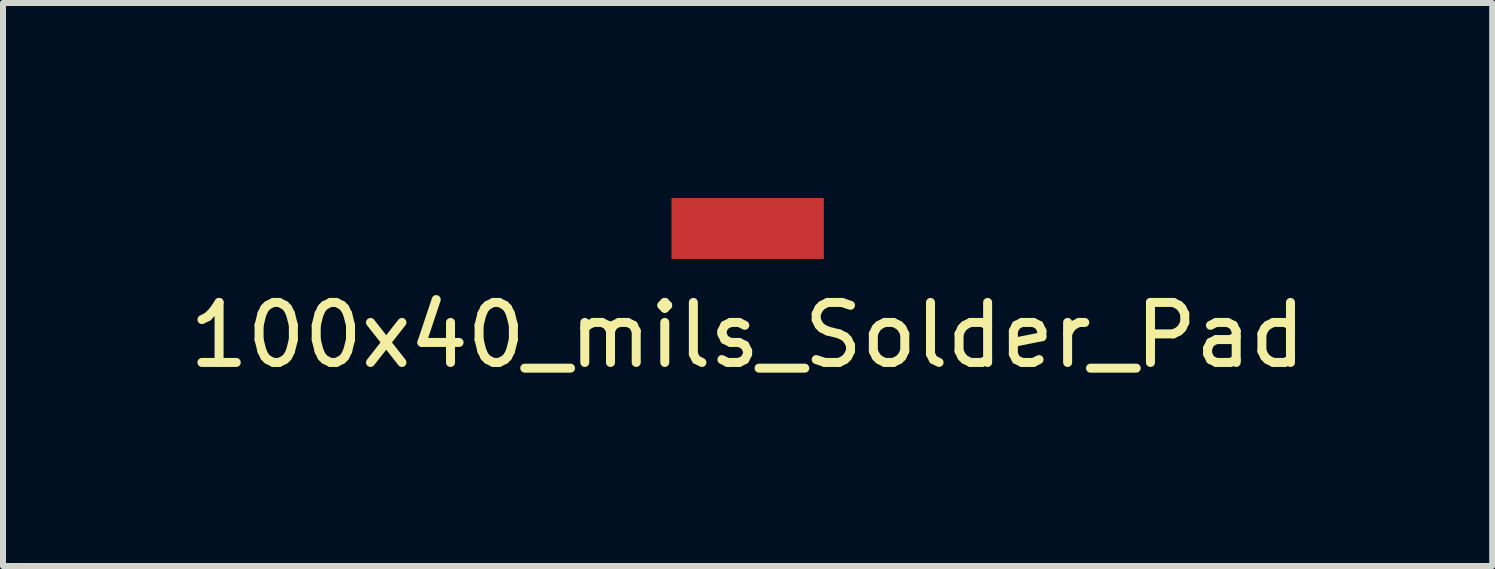
<source format=kicad_pcb>
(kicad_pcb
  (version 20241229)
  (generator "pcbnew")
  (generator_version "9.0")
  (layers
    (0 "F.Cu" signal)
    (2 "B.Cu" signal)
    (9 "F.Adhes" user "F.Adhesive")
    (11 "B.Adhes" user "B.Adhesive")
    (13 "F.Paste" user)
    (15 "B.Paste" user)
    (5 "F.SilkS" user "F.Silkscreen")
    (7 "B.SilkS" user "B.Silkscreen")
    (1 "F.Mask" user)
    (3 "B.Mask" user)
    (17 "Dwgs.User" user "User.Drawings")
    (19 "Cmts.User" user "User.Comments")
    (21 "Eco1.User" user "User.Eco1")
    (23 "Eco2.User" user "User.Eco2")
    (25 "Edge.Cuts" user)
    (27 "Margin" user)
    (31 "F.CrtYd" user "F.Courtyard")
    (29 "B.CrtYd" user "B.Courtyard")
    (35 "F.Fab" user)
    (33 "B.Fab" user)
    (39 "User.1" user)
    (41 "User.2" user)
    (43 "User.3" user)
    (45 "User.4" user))
  (footprint "100x40_mils_Solder_Pad"
    (layer "F.Cu")
    (at 8.141 0.25)
    (property "Reference" "100x40_mils_Solder_Pad" (at 1.27 2.286 0) (layer "F.SilkS") (effects (font (size 1 1) (thickness 0.15))))
    (attr through_hole)
    (pad "1" smd rect (at 1.27 0.508) (size 2.54 1.016) (layers "F.Cu" "F.Mask" "F.Paste")))
  (gr_rect
    (start -3 -3)
    (end 21.821 6.384)
    (stroke (width 0.1) (type default))
    (fill no)
    (layer "Edge.Cuts")))
</source>
